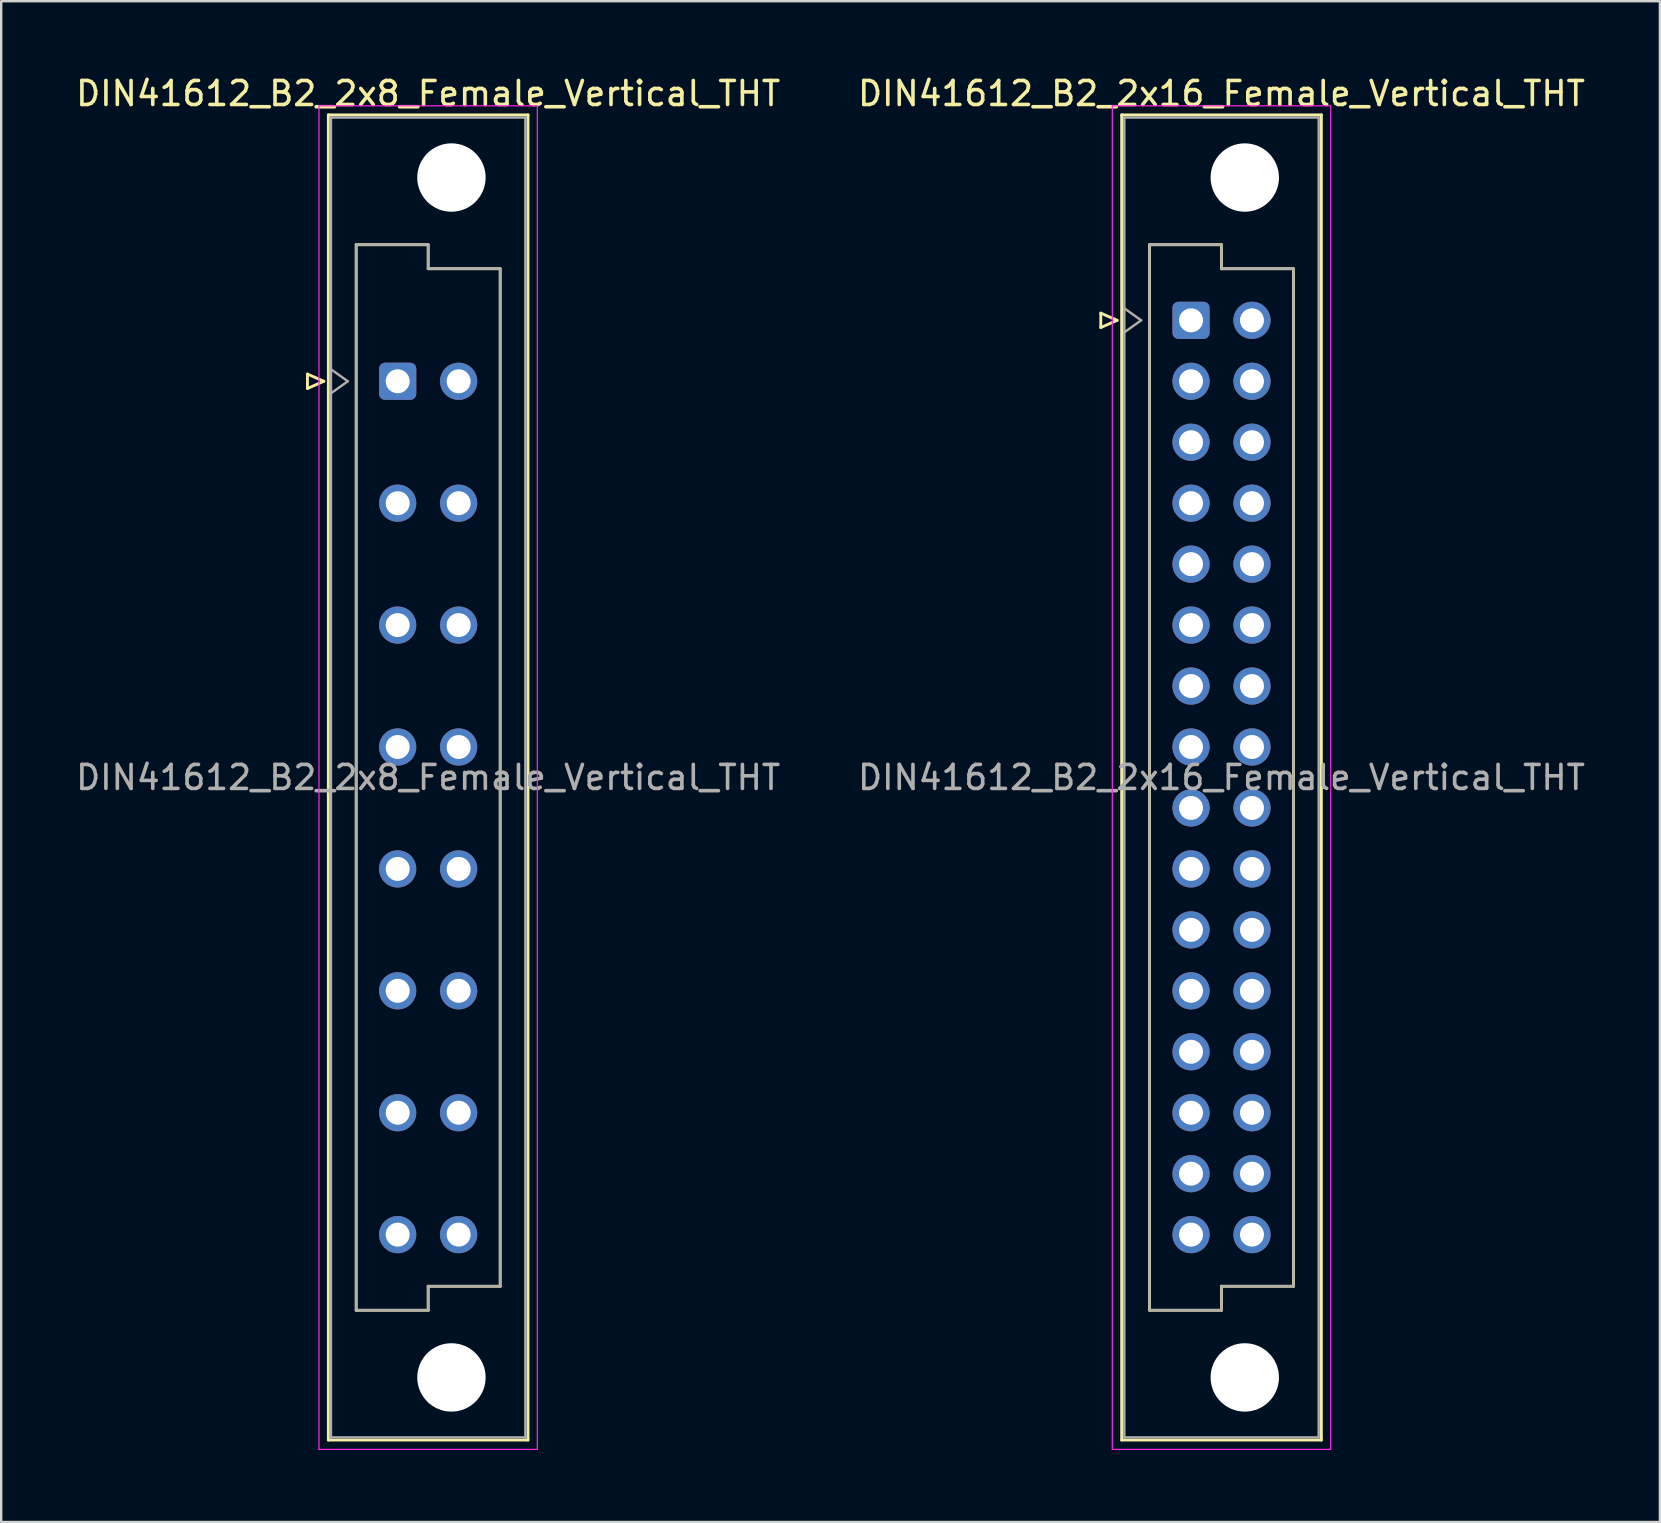
<source format=kicad_pcb>
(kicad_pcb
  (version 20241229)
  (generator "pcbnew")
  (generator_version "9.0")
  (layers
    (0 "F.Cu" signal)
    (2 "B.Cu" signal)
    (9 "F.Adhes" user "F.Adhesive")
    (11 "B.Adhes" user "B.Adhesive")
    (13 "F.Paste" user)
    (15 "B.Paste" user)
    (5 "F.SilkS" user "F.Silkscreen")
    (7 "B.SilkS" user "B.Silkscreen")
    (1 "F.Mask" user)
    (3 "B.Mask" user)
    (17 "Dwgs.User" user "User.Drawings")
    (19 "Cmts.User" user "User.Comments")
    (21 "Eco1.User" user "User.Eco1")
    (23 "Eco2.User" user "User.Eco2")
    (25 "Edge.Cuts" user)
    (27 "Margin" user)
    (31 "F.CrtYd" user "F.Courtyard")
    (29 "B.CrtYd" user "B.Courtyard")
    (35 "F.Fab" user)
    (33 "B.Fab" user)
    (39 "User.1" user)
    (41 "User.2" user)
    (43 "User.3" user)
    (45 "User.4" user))
  (footprint "DIN41612_B2_2x16_Female_Vertical_THT"
    (layer "F.Cu")
    (at 46.581 10.298)
    (property "Reference" "DIN41612_B2_2x16_Female_Vertical_THT" (at 1.27 -9.45 0) (layer "F.SilkS") (effects (font (size 1 1) (thickness 0.15))))
    (attr through_hole)
    (fp_line (start -3.76 -0.3) (end -3.76 0.3) (stroke (width 0.12) (type solid)) (layer "F.SilkS"))
    (fp_line (start -3.76 0.3) (end -3.08 0) (stroke (width 0.12) (type solid)) (layer "F.SilkS"))
    (fp_line (start -3.08 0) (end -3.76 -0.3) (stroke (width 0.12) (type solid)) (layer "F.SilkS"))
    (fp_line (start -2.89 -8.56) (end 5.43 -8.56) (stroke (width 0.12) (type solid)) (layer "F.SilkS"))
    (fp_line (start -2.89 46.66) (end -2.89 -8.56) (stroke (width 0.12) (type solid)) (layer "F.SilkS"))
    (fp_line (start -1.73 -3.15) (end 1.27 -3.15) (stroke (width 0.12) (type solid)) (layer "F.SilkS"))
    (fp_line (start -1.73 41.25) (end -1.73 -3.15) (stroke (width 0.12) (type solid)) (layer "F.SilkS"))
    (fp_line (start 1.27 -3.15) (end 1.27 -2.15) (stroke (width 0.12) (type solid)) (layer "F.SilkS"))
    (fp_line (start 1.27 -2.15) (end 4.27 -2.15) (stroke (width 0.12) (type solid)) (layer "F.SilkS"))
    (fp_line (start 1.27 40.25) (end 1.27 41.25) (stroke (width 0.12) (type solid)) (layer "F.SilkS"))
    (fp_line (start 1.27 41.25) (end -1.73 41.25) (stroke (width 0.12) (type solid)) (layer "F.SilkS"))
    (fp_line (start 4.27 -2.15) (end 4.27 40.25) (stroke (width 0.12) (type solid)) (layer "F.SilkS"))
    (fp_line (start 4.27 40.25) (end 1.27 40.25) (stroke (width 0.12) (type solid)) (layer "F.SilkS"))
    (fp_line (start 5.43 -8.56) (end 5.43 46.66) (stroke (width 0.12) (type solid)) (layer "F.SilkS"))
    (fp_line (start 5.43 46.66) (end -2.89 46.66) (stroke (width 0.12) (type solid)) (layer "F.SilkS"))
    (fp_line (start -3.28 -8.94) (end 5.82 -8.94) (stroke (width 0.05) (type solid)) (layer "F.CrtYd"))
    (fp_line (start -3.28 47.05) (end -3.28 -8.94) (stroke (width 0.05) (type solid)) (layer "F.CrtYd"))
    (fp_line (start 5.82 -8.94) (end 5.82 47.05) (stroke (width 0.05) (type solid)) (layer "F.CrtYd"))
    (fp_line (start 5.82 47.05) (end -3.28 47.05) (stroke (width 0.05) (type solid)) (layer "F.CrtYd"))
    (fp_line (start -2.78 -8.45) (end 5.32 -8.45) (stroke (width 0.1) (type solid)) (layer "F.Fab"))
    (fp_line (start -2.78 -0.5) (end -2.08 0) (stroke (width 0.1) (type solid)) (layer "F.Fab"))
    (fp_line (start -2.78 46.55) (end -2.78 -8.45) (stroke (width 0.1) (type solid)) (layer "F.Fab"))
    (fp_line (start -2.08 0) (end -2.78 0.5) (stroke (width 0.1) (type solid)) (layer "F.Fab"))
    (fp_line (start -1.73 -3.15) (end 1.27 -3.15) (stroke (width 0.1) (type solid)) (layer "F.Fab"))
    (fp_line (start -1.73 41.25) (end -1.73 -3.15) (stroke (width 0.1) (type solid)) (layer "F.Fab"))
    (fp_line (start 1.27 -3.15) (end 1.27 -2.15) (stroke (width 0.1) (type solid)) (layer "F.Fab"))
    (fp_line (start 1.27 -2.15) (end 4.27 -2.15) (stroke (width 0.1) (type solid)) (layer "F.Fab"))
    (fp_line (start 1.27 40.25) (end 1.27 41.25) (stroke (width 0.1) (type solid)) (layer "F.Fab"))
    (fp_line (start 1.27 41.25) (end -1.73 41.25) (stroke (width 0.1) (type solid)) (layer "F.Fab"))
    (fp_line (start 4.27 -2.15) (end 4.27 40.25) (stroke (width 0.1) (type solid)) (layer "F.Fab"))
    (fp_line (start 4.27 40.25) (end 1.27 40.25) (stroke (width 0.1) (type solid)) (layer "F.Fab"))
    (fp_line (start 5.32 -8.45) (end 5.32 46.55) (stroke (width 0.1) (type solid)) (layer "F.Fab"))
    (fp_line (start 5.32 46.55) (end -2.78 46.55) (stroke (width 0.1) (type solid)) (layer "F.Fab"))
    (fp_text user "${REFERENCE}" (at 1.27 19.05 0) (layer "F.Fab") (effects (font (size 1 1) (thickness 0.15))))
    (pad "" np_thru_hole circle (at 2.24 -5.95) (size 2.85 2.85) (drill 2.85) (layers "*.Cu" "*.Mask"))
    (pad "" np_thru_hole circle (at 2.24 44.05) (size 2.85 2.85) (drill 2.85) (layers "*.Cu" "*.Mask"))
    (pad "a1" thru_hole roundrect (at 0 0) (size 1.55 1.55) (drill 1) (layers "*.Cu" "*.Mask") (roundrect_rratio 0.161))
    (pad "a2" thru_hole circle (at 0 2.54) (size 1.55 1.55) (drill 1) (layers "*.Cu" "*.Mask"))
    (pad "a3" thru_hole circle (at 0 5.08) (size 1.55 1.55) (drill 1) (layers "*.Cu" "*.Mask"))
    (pad "a4" thru_hole circle (at 0 7.62) (size 1.55 1.55) (drill 1) (layers "*.Cu" "*.Mask"))
    (pad "a5" thru_hole circle (at 0 10.16) (size 1.55 1.55) (drill 1) (layers "*.Cu" "*.Mask"))
    (pad "a6" thru_hole circle (at 0 12.7) (size 1.55 1.55) (drill 1) (layers "*.Cu" "*.Mask"))
    (pad "a7" thru_hole circle (at 0 15.24) (size 1.55 1.55) (drill 1) (layers "*.Cu" "*.Mask"))
    (pad "a8" thru_hole circle (at 0 17.78) (size 1.55 1.55) (drill 1) (layers "*.Cu" "*.Mask"))
    (pad "a9" thru_hole circle (at 0 20.32) (size 1.55 1.55) (drill 1) (layers "*.Cu" "*.Mask"))
    (pad "a10" thru_hole circle (at 0 22.86) (size 1.55 1.55) (drill 1) (layers "*.Cu" "*.Mask"))
    (pad "a11" thru_hole circle (at 0 25.4) (size 1.55 1.55) (drill 1) (layers "*.Cu" "*.Mask"))
    (pad "a12" thru_hole circle (at 0 27.94) (size 1.55 1.55) (drill 1) (layers "*.Cu" "*.Mask"))
    (pad "a13" thru_hole circle (at 0 30.48) (size 1.55 1.55) (drill 1) (layers "*.Cu" "*.Mask"))
    (pad "a14" thru_hole circle (at 0 33.02) (size 1.55 1.55) (drill 1) (layers "*.Cu" "*.Mask"))
    (pad "a15" thru_hole circle (at 0 35.56) (size 1.55 1.55) (drill 1) (layers "*.Cu" "*.Mask"))
    (pad "a16" thru_hole circle (at 0 38.1) (size 1.55 1.55) (drill 1) (layers "*.Cu" "*.Mask"))
    (pad "b1" thru_hole circle (at 2.54 0) (size 1.55 1.55) (drill 1) (layers "*.Cu" "*.Mask"))
    (pad "b2" thru_hole circle (at 2.54 2.54) (size 1.55 1.55) (drill 1) (layers "*.Cu" "*.Mask"))
    (pad "b3" thru_hole circle (at 2.54 5.08) (size 1.55 1.55) (drill 1) (layers "*.Cu" "*.Mask"))
    (pad "b4" thru_hole circle (at 2.54 7.62) (size 1.55 1.55) (drill 1) (layers "*.Cu" "*.Mask"))
    (pad "b5" thru_hole circle (at 2.54 10.16) (size 1.55 1.55) (drill 1) (layers "*.Cu" "*.Mask"))
    (pad "b6" thru_hole circle (at 2.54 12.7) (size 1.55 1.55) (drill 1) (layers "*.Cu" "*.Mask"))
    (pad "b7" thru_hole circle (at 2.54 15.24) (size 1.55 1.55) (drill 1) (layers "*.Cu" "*.Mask"))
    (pad "b8" thru_hole circle (at 2.54 17.78) (size 1.55 1.55) (drill 1) (layers "*.Cu" "*.Mask"))
    (pad "b9" thru_hole circle (at 2.54 20.32) (size 1.55 1.55) (drill 1) (layers "*.Cu" "*.Mask"))
    (pad "b10" thru_hole circle (at 2.54 22.86) (size 1.55 1.55) (drill 1) (layers "*.Cu" "*.Mask"))
    (pad "b11" thru_hole circle (at 2.54 25.4) (size 1.55 1.55) (drill 1) (layers "*.Cu" "*.Mask"))
    (pad "b12" thru_hole circle (at 2.54 27.94) (size 1.55 1.55) (drill 1) (layers "*.Cu" "*.Mask"))
    (pad "b13" thru_hole circle (at 2.54 30.48) (size 1.55 1.55) (drill 1) (layers "*.Cu" "*.Mask"))
    (pad "b14" thru_hole circle (at 2.54 33.02) (size 1.55 1.55) (drill 1) (layers "*.Cu" "*.Mask"))
    (pad "b15" thru_hole circle (at 2.54 35.56) (size 1.55 1.55) (drill 1) (layers "*.Cu" "*.Mask"))
    (pad "b16" thru_hole circle (at 2.54 38.1) (size 1.55 1.55) (drill 1) (layers "*.Cu" "*.Mask")))
  (footprint "DIN41612_B2_2x8_Female_Vertical_THT"
    (layer "F.Cu")
    (at 13.522 10.298)
    (property "Reference" "DIN41612_B2_2x8_Female_Vertical_THT" (at 1.27 -9.45 0) (layer "F.SilkS") (effects (font (size 1 1) (thickness 0.15))))
    (attr through_hole)
    (fp_line (start -3.76 2.24) (end -3.76 2.84) (stroke (width 0.12) (type solid)) (layer "F.SilkS"))
    (fp_line (start -3.76 2.84) (end -3.08 2.54) (stroke (width 0.12) (type solid)) (layer "F.SilkS"))
    (fp_line (start -3.08 2.54) (end -3.76 2.24) (stroke (width 0.12) (type solid)) (layer "F.SilkS"))
    (fp_line (start -2.89 -8.56) (end 5.43 -8.56) (stroke (width 0.12) (type solid)) (layer "F.SilkS"))
    (fp_line (start -2.89 46.66) (end -2.89 -8.56) (stroke (width 0.12) (type solid)) (layer "F.SilkS"))
    (fp_line (start -1.73 -3.15) (end 1.27 -3.15) (stroke (width 0.12) (type solid)) (layer "F.SilkS"))
    (fp_line (start -1.73 41.25) (end -1.73 -3.15) (stroke (width 0.12) (type solid)) (layer "F.SilkS"))
    (fp_line (start 1.27 -3.15) (end 1.27 -2.15) (stroke (width 0.12) (type solid)) (layer "F.SilkS"))
    (fp_line (start 1.27 -2.15) (end 4.27 -2.15) (stroke (width 0.12) (type solid)) (layer "F.SilkS"))
    (fp_line (start 1.27 40.25) (end 1.27 41.25) (stroke (width 0.12) (type solid)) (layer "F.SilkS"))
    (fp_line (start 1.27 41.25) (end -1.73 41.25) (stroke (width 0.12) (type solid)) (layer "F.SilkS"))
    (fp_line (start 4.27 -2.15) (end 4.27 40.25) (stroke (width 0.12) (type solid)) (layer "F.SilkS"))
    (fp_line (start 4.27 40.25) (end 1.27 40.25) (stroke (width 0.12) (type solid)) (layer "F.SilkS"))
    (fp_line (start 5.43 -8.56) (end 5.43 46.66) (stroke (width 0.12) (type solid)) (layer "F.SilkS"))
    (fp_line (start 5.43 46.66) (end -2.89 46.66) (stroke (width 0.12) (type solid)) (layer "F.SilkS"))
    (fp_line (start -3.28 -8.94) (end 5.82 -8.94) (stroke (width 0.05) (type solid)) (layer "F.CrtYd"))
    (fp_line (start -3.28 47.05) (end -3.28 -8.94) (stroke (width 0.05) (type solid)) (layer "F.CrtYd"))
    (fp_line (start 5.82 -8.94) (end 5.82 47.05) (stroke (width 0.05) (type solid)) (layer "F.CrtYd"))
    (fp_line (start 5.82 47.05) (end -3.28 47.05) (stroke (width 0.05) (type solid)) (layer "F.CrtYd"))
    (fp_line (start -2.78 -8.45) (end 5.32 -8.45) (stroke (width 0.1) (type solid)) (layer "F.Fab"))
    (fp_line (start -2.78 2.04) (end -2.08 2.54) (stroke (width 0.1) (type solid)) (layer "F.Fab"))
    (fp_line (start -2.78 46.55) (end -2.78 -8.45) (stroke (width 0.1) (type solid)) (layer "F.Fab"))
    (fp_line (start -2.08 2.54) (end -2.78 3.04) (stroke (width 0.1) (type solid)) (layer "F.Fab"))
    (fp_line (start -1.73 -3.15) (end 1.27 -3.15) (stroke (width 0.1) (type solid)) (layer "F.Fab"))
    (fp_line (start -1.73 41.25) (end -1.73 -3.15) (stroke (width 0.1) (type solid)) (layer "F.Fab"))
    (fp_line (start 1.27 -3.15) (end 1.27 -2.15) (stroke (width 0.1) (type solid)) (layer "F.Fab"))
    (fp_line (start 1.27 -2.15) (end 4.27 -2.15) (stroke (width 0.1) (type solid)) (layer "F.Fab"))
    (fp_line (start 1.27 40.25) (end 1.27 41.25) (stroke (width 0.1) (type solid)) (layer "F.Fab"))
    (fp_line (start 1.27 41.25) (end -1.73 41.25) (stroke (width 0.1) (type solid)) (layer "F.Fab"))
    (fp_line (start 4.27 -2.15) (end 4.27 40.25) (stroke (width 0.1) (type solid)) (layer "F.Fab"))
    (fp_line (start 4.27 40.25) (end 1.27 40.25) (stroke (width 0.1) (type solid)) (layer "F.Fab"))
    (fp_line (start 5.32 -8.45) (end 5.32 46.55) (stroke (width 0.1) (type solid)) (layer "F.Fab"))
    (fp_line (start 5.32 46.55) (end -2.78 46.55) (stroke (width 0.1) (type solid)) (layer "F.Fab"))
    (fp_text user "${REFERENCE}" (at 1.27 19.05 0) (layer "F.Fab") (effects (font (size 1 1) (thickness 0.15))))
    (pad "" np_thru_hole circle (at 2.24 -5.95) (size 2.85 2.85) (drill 2.85) (layers "*.Cu" "*.Mask"))
    (pad "" np_thru_hole circle (at 2.24 44.05) (size 2.85 2.85) (drill 2.85) (layers "*.Cu" "*.Mask"))
    (pad "a2" thru_hole roundrect (at 0 2.54) (size 1.55 1.55) (drill 1) (layers "*.Cu" "*.Mask") (roundrect_rratio 0.161))
    (pad "a4" thru_hole circle (at 0 7.62) (size 1.55 1.55) (drill 1) (layers "*.Cu" "*.Mask"))
    (pad "a6" thru_hole circle (at 0 12.7) (size 1.55 1.55) (drill 1) (layers "*.Cu" "*.Mask"))
    (pad "a8" thru_hole circle (at 0 17.78) (size 1.55 1.55) (drill 1) (layers "*.Cu" "*.Mask"))
    (pad "a10" thru_hole circle (at 0 22.86) (size 1.55 1.55) (drill 1) (layers "*.Cu" "*.Mask"))
    (pad "a12" thru_hole circle (at 0 27.94) (size 1.55 1.55) (drill 1) (layers "*.Cu" "*.Mask"))
    (pad "a14" thru_hole circle (at 0 33.02) (size 1.55 1.55) (drill 1) (layers "*.Cu" "*.Mask"))
    (pad "a16" thru_hole circle (at 0 38.1) (size 1.55 1.55) (drill 1) (layers "*.Cu" "*.Mask"))
    (pad "b2" thru_hole circle (at 2.54 2.54) (size 1.55 1.55) (drill 1) (layers "*.Cu" "*.Mask"))
    (pad "b4" thru_hole circle (at 2.54 7.62) (size 1.55 1.55) (drill 1) (layers "*.Cu" "*.Mask"))
    (pad "b6" thru_hole circle (at 2.54 12.7) (size 1.55 1.55) (drill 1) (layers "*.Cu" "*.Mask"))
    (pad "b8" thru_hole circle (at 2.54 17.78) (size 1.55 1.55) (drill 1) (layers "*.Cu" "*.Mask"))
    (pad "b10" thru_hole circle (at 2.54 22.86) (size 1.55 1.55) (drill 1) (layers "*.Cu" "*.Mask"))
    (pad "b12" thru_hole circle (at 2.54 27.94) (size 1.55 1.55) (drill 1) (layers "*.Cu" "*.Mask"))
    (pad "b14" thru_hole circle (at 2.54 33.02) (size 1.55 1.55) (drill 1) (layers "*.Cu" "*.Mask"))
    (pad "b16" thru_hole circle (at 2.54 38.1) (size 1.55 1.55) (drill 1) (layers "*.Cu" "*.Mask")))
  (gr_rect
    (start -3 -3)
    (end 66.119 60.373)
    (stroke (width 0.1) (type default))
    (fill no)
    (layer "Edge.Cuts")))
</source>
